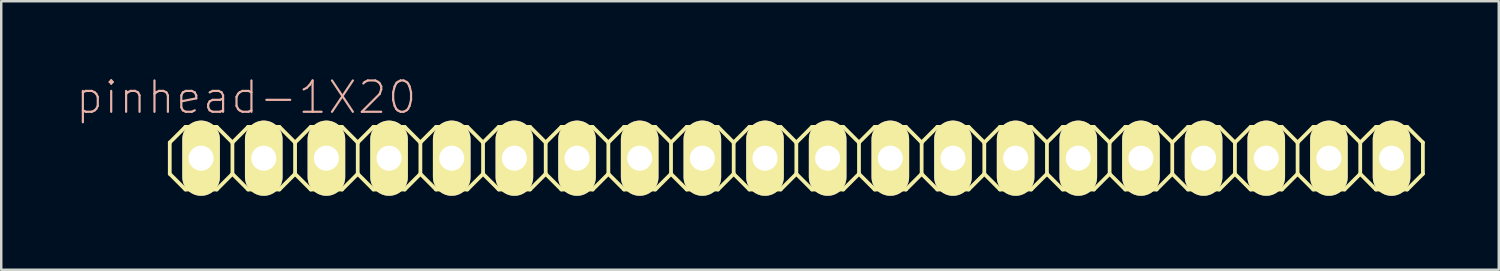
<source format=kicad_pcb>
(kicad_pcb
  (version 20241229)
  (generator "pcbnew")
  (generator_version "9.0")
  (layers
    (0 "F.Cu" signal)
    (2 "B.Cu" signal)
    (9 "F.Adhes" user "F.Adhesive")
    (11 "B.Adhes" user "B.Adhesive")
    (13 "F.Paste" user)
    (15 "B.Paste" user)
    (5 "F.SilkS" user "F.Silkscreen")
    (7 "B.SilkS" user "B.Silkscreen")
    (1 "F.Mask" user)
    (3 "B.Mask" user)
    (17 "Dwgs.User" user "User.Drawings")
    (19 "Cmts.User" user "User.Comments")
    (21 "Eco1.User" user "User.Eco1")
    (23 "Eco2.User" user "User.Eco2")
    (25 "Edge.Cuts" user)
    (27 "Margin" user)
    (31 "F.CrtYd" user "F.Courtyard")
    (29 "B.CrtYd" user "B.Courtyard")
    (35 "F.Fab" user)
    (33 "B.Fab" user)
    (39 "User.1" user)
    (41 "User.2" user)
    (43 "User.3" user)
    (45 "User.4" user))
  (footprint "pinhead-1X20"
    (layer "F.Cu")
    (at 29.232 3.363)
    (property "Reference" "pinhead-1X20" (at -22.301 -2.464 0) (layer "B.SilkS") (effects (font (size 1.27 1.27) (thickness 0.089))))
    (attr exclude_from_pos_files exclude_from_bom)
    (fp_line (start -25.4 -0.635) (end -25.4 0.635) (stroke (width 0.152) (type solid)) (layer "F.SilkS"))
    (fp_line (start -25.4 0.635) (end -24.765 1.27) (stroke (width 0.152) (type solid)) (layer "F.SilkS"))
    (fp_line (start -24.765 -1.27) (end -25.4 -0.635) (stroke (width 0.152) (type solid)) (layer "F.SilkS"))
    (fp_line (start -24.765 -1.27) (end -23.495 -1.27) (stroke (width 0.152) (type solid)) (layer "F.SilkS"))
    (fp_line (start -24.384 -0.254) (end -23.876 -0.254) (stroke (width 0.066) (type solid)) (layer "F.SilkS"))
    (fp_line (start -24.384 0.254) (end -24.384 -0.254) (stroke (width 0.066) (type solid)) (layer "F.SilkS"))
    (fp_line (start -24.384 0.254) (end -23.876 0.254) (stroke (width 0.066) (type solid)) (layer "F.SilkS"))
    (fp_line (start -23.876 0.254) (end -23.876 -0.254) (stroke (width 0.066) (type solid)) (layer "F.SilkS"))
    (fp_line (start -23.495 -1.27) (end -22.86 -0.635) (stroke (width 0.152) (type solid)) (layer "F.SilkS"))
    (fp_line (start -23.495 1.27) (end -24.765 1.27) (stroke (width 0.152) (type solid)) (layer "F.SilkS"))
    (fp_line (start -22.86 -0.635) (end -22.86 0.635) (stroke (width 0.152) (type solid)) (layer "F.SilkS"))
    (fp_line (start -22.86 -0.635) (end -22.225 -1.27) (stroke (width 0.152) (type solid)) (layer "F.SilkS"))
    (fp_line (start -22.86 0.635) (end -23.495 1.27) (stroke (width 0.152) (type solid)) (layer "F.SilkS"))
    (fp_line (start -22.225 -1.27) (end -20.955 -1.27) (stroke (width 0.152) (type solid)) (layer "F.SilkS"))
    (fp_line (start -22.225 1.27) (end -22.86 0.635) (stroke (width 0.152) (type solid)) (layer "F.SilkS"))
    (fp_line (start -21.844 -0.254) (end -21.336 -0.254) (stroke (width 0.066) (type solid)) (layer "F.SilkS"))
    (fp_line (start -21.844 0.254) (end -21.844 -0.254) (stroke (width 0.066) (type solid)) (layer "F.SilkS"))
    (fp_line (start -21.844 0.254) (end -21.336 0.254) (stroke (width 0.066) (type solid)) (layer "F.SilkS"))
    (fp_line (start -21.336 0.254) (end -21.336 -0.254) (stroke (width 0.066) (type solid)) (layer "F.SilkS"))
    (fp_line (start -20.955 -1.27) (end -20.32 -0.635) (stroke (width 0.152) (type solid)) (layer "F.SilkS"))
    (fp_line (start -20.955 1.27) (end -22.225 1.27) (stroke (width 0.152) (type solid)) (layer "F.SilkS"))
    (fp_line (start -20.32 -0.635) (end -20.32 0.635) (stroke (width 0.152) (type solid)) (layer "F.SilkS"))
    (fp_line (start -20.32 -0.635) (end -19.685 -1.27) (stroke (width 0.152) (type solid)) (layer "F.SilkS"))
    (fp_line (start -20.32 0.635) (end -20.955 1.27) (stroke (width 0.152) (type solid)) (layer "F.SilkS"))
    (fp_line (start -19.685 -1.27) (end -18.415 -1.27) (stroke (width 0.152) (type solid)) (layer "F.SilkS"))
    (fp_line (start -19.685 1.27) (end -20.32 0.635) (stroke (width 0.152) (type solid)) (layer "F.SilkS"))
    (fp_line (start -19.304 -0.254) (end -18.796 -0.254) (stroke (width 0.066) (type solid)) (layer "F.SilkS"))
    (fp_line (start -19.304 0.254) (end -19.304 -0.254) (stroke (width 0.066) (type solid)) (layer "F.SilkS"))
    (fp_line (start -19.304 0.254) (end -18.796 0.254) (stroke (width 0.066) (type solid)) (layer "F.SilkS"))
    (fp_line (start -18.796 0.254) (end -18.796 -0.254) (stroke (width 0.066) (type solid)) (layer "F.SilkS"))
    (fp_line (start -18.415 -1.27) (end -17.78 -0.635) (stroke (width 0.152) (type solid)) (layer "F.SilkS"))
    (fp_line (start -18.415 1.27) (end -19.685 1.27) (stroke (width 0.152) (type solid)) (layer "F.SilkS"))
    (fp_line (start -17.78 -0.635) (end -17.78 0.635) (stroke (width 0.152) (type solid)) (layer "F.SilkS"))
    (fp_line (start -17.78 0.635) (end -18.415 1.27) (stroke (width 0.152) (type solid)) (layer "F.SilkS"))
    (fp_line (start -17.78 0.635) (end -17.145 1.27) (stroke (width 0.152) (type solid)) (layer "F.SilkS"))
    (fp_line (start -17.145 -1.27) (end -17.78 -0.635) (stroke (width 0.152) (type solid)) (layer "F.SilkS"))
    (fp_line (start -17.145 -1.27) (end -15.875 -1.27) (stroke (width 0.152) (type solid)) (layer "F.SilkS"))
    (fp_line (start -16.764 -0.254) (end -16.256 -0.254) (stroke (width 0.066) (type solid)) (layer "F.SilkS"))
    (fp_line (start -16.764 0.254) (end -16.764 -0.254) (stroke (width 0.066) (type solid)) (layer "F.SilkS"))
    (fp_line (start -16.764 0.254) (end -16.256 0.254) (stroke (width 0.066) (type solid)) (layer "F.SilkS"))
    (fp_line (start -16.256 0.254) (end -16.256 -0.254) (stroke (width 0.066) (type solid)) (layer "F.SilkS"))
    (fp_line (start -15.875 -1.27) (end -15.24 -0.635) (stroke (width 0.152) (type solid)) (layer "F.SilkS"))
    (fp_line (start -15.875 1.27) (end -17.145 1.27) (stroke (width 0.152) (type solid)) (layer "F.SilkS"))
    (fp_line (start -15.24 -0.635) (end -15.24 0.635) (stroke (width 0.152) (type solid)) (layer "F.SilkS"))
    (fp_line (start -15.24 -0.635) (end -14.605 -1.27) (stroke (width 0.152) (type solid)) (layer "F.SilkS"))
    (fp_line (start -15.24 0.635) (end -15.875 1.27) (stroke (width 0.152) (type solid)) (layer "F.SilkS"))
    (fp_line (start -14.605 -1.27) (end -13.335 -1.27) (stroke (width 0.152) (type solid)) (layer "F.SilkS"))
    (fp_line (start -14.605 1.27) (end -15.24 0.635) (stroke (width 0.152) (type solid)) (layer "F.SilkS"))
    (fp_line (start -14.224 -0.254) (end -13.716 -0.254) (stroke (width 0.066) (type solid)) (layer "F.SilkS"))
    (fp_line (start -14.224 0.254) (end -14.224 -0.254) (stroke (width 0.066) (type solid)) (layer "F.SilkS"))
    (fp_line (start -14.224 0.254) (end -13.716 0.254) (stroke (width 0.066) (type solid)) (layer "F.SilkS"))
    (fp_line (start -13.716 0.254) (end -13.716 -0.254) (stroke (width 0.066) (type solid)) (layer "F.SilkS"))
    (fp_line (start -13.335 -1.27) (end -12.7 -0.635) (stroke (width 0.152) (type solid)) (layer "F.SilkS"))
    (fp_line (start -13.335 1.27) (end -14.605 1.27) (stroke (width 0.152) (type solid)) (layer "F.SilkS"))
    (fp_line (start -12.7 -0.635) (end -12.7 0.635) (stroke (width 0.152) (type solid)) (layer "F.SilkS"))
    (fp_line (start -12.7 -0.635) (end -12.065 -1.27) (stroke (width 0.152) (type solid)) (layer "F.SilkS"))
    (fp_line (start -12.7 0.635) (end -13.335 1.27) (stroke (width 0.152) (type solid)) (layer "F.SilkS"))
    (fp_line (start -12.065 -1.27) (end -10.795 -1.27) (stroke (width 0.152) (type solid)) (layer "F.SilkS"))
    (fp_line (start -12.065 1.27) (end -12.7 0.635) (stroke (width 0.152) (type solid)) (layer "F.SilkS"))
    (fp_line (start -11.684 -0.254) (end -11.176 -0.254) (stroke (width 0.066) (type solid)) (layer "F.SilkS"))
    (fp_line (start -11.684 0.254) (end -11.684 -0.254) (stroke (width 0.066) (type solid)) (layer "F.SilkS"))
    (fp_line (start -11.684 0.254) (end -11.176 0.254) (stroke (width 0.066) (type solid)) (layer "F.SilkS"))
    (fp_line (start -11.176 0.254) (end -11.176 -0.254) (stroke (width 0.066) (type solid)) (layer "F.SilkS"))
    (fp_line (start -10.795 -1.27) (end -10.16 -0.635) (stroke (width 0.152) (type solid)) (layer "F.SilkS"))
    (fp_line (start -10.795 1.27) (end -12.065 1.27) (stroke (width 0.152) (type solid)) (layer "F.SilkS"))
    (fp_line (start -10.16 -0.635) (end -10.16 0.635) (stroke (width 0.152) (type solid)) (layer "F.SilkS"))
    (fp_line (start -10.16 0.635) (end -10.795 1.27) (stroke (width 0.152) (type solid)) (layer "F.SilkS"))
    (fp_line (start -10.16 0.635) (end -9.525 1.27) (stroke (width 0.152) (type solid)) (layer "F.SilkS"))
    (fp_line (start -9.525 -1.27) (end -10.16 -0.635) (stroke (width 0.152) (type solid)) (layer "F.SilkS"))
    (fp_line (start -9.525 -1.27) (end -8.255 -1.27) (stroke (width 0.152) (type solid)) (layer "F.SilkS"))
    (fp_line (start -9.144 -0.254) (end -8.636 -0.254) (stroke (width 0.066) (type solid)) (layer "F.SilkS"))
    (fp_line (start -9.144 0.254) (end -9.144 -0.254) (stroke (width 0.066) (type solid)) (layer "F.SilkS"))
    (fp_line (start -9.144 0.254) (end -8.636 0.254) (stroke (width 0.066) (type solid)) (layer "F.SilkS"))
    (fp_line (start -8.636 0.254) (end -8.636 -0.254) (stroke (width 0.066) (type solid)) (layer "F.SilkS"))
    (fp_line (start -8.255 -1.27) (end -7.62 -0.635) (stroke (width 0.152) (type solid)) (layer "F.SilkS"))
    (fp_line (start -8.255 1.27) (end -9.525 1.27) (stroke (width 0.152) (type solid)) (layer "F.SilkS"))
    (fp_line (start -7.62 -0.635) (end -7.62 0.635) (stroke (width 0.152) (type solid)) (layer "F.SilkS"))
    (fp_line (start -7.62 -0.635) (end -6.985 -1.27) (stroke (width 0.152) (type solid)) (layer "F.SilkS"))
    (fp_line (start -7.62 0.635) (end -8.255 1.27) (stroke (width 0.152) (type solid)) (layer "F.SilkS"))
    (fp_line (start -6.985 -1.27) (end -5.715 -1.27) (stroke (width 0.152) (type solid)) (layer "F.SilkS"))
    (fp_line (start -6.985 1.27) (end -7.62 0.635) (stroke (width 0.152) (type solid)) (layer "F.SilkS"))
    (fp_line (start -6.604 -0.254) (end -6.096 -0.254) (stroke (width 0.066) (type solid)) (layer "F.SilkS"))
    (fp_line (start -6.604 0.254) (end -6.604 -0.254) (stroke (width 0.066) (type solid)) (layer "F.SilkS"))
    (fp_line (start -6.604 0.254) (end -6.096 0.254) (stroke (width 0.066) (type solid)) (layer "F.SilkS"))
    (fp_line (start -6.096 0.254) (end -6.096 -0.254) (stroke (width 0.066) (type solid)) (layer "F.SilkS"))
    (fp_line (start -5.715 -1.27) (end -5.08 -0.635) (stroke (width 0.152) (type solid)) (layer "F.SilkS"))
    (fp_line (start -5.715 1.27) (end -6.985 1.27) (stroke (width 0.152) (type solid)) (layer "F.SilkS"))
    (fp_line (start -5.08 -0.635) (end -5.08 0.635) (stroke (width 0.152) (type solid)) (layer "F.SilkS"))
    (fp_line (start -5.08 -0.635) (end -4.445 -1.27) (stroke (width 0.152) (type solid)) (layer "F.SilkS"))
    (fp_line (start -5.08 0.635) (end -5.715 1.27) (stroke (width 0.152) (type solid)) (layer "F.SilkS"))
    (fp_line (start -4.445 -1.27) (end -3.175 -1.27) (stroke (width 0.152) (type solid)) (layer "F.SilkS"))
    (fp_line (start -4.445 1.27) (end -5.08 0.635) (stroke (width 0.152) (type solid)) (layer "F.SilkS"))
    (fp_line (start -4.064 -0.254) (end -3.556 -0.254) (stroke (width 0.066) (type solid)) (layer "F.SilkS"))
    (fp_line (start -4.064 0.254) (end -4.064 -0.254) (stroke (width 0.066) (type solid)) (layer "F.SilkS"))
    (fp_line (start -4.064 0.254) (end -3.556 0.254) (stroke (width 0.066) (type solid)) (layer "F.SilkS"))
    (fp_line (start -3.556 0.254) (end -3.556 -0.254) (stroke (width 0.066) (type solid)) (layer "F.SilkS"))
    (fp_line (start -3.175 -1.27) (end -2.54 -0.635) (stroke (width 0.152) (type solid)) (layer "F.SilkS"))
    (fp_line (start -3.175 1.27) (end -4.445 1.27) (stroke (width 0.152) (type solid)) (layer "F.SilkS"))
    (fp_line (start -2.54 -0.635) (end -2.54 0.635) (stroke (width 0.152) (type solid)) (layer "F.SilkS"))
    (fp_line (start -2.54 0.635) (end -3.175 1.27) (stroke (width 0.152) (type solid)) (layer "F.SilkS"))
    (fp_line (start -2.54 0.635) (end -1.905 1.27) (stroke (width 0.152) (type solid)) (layer "F.SilkS"))
    (fp_line (start -1.905 -1.27) (end -2.54 -0.635) (stroke (width 0.152) (type solid)) (layer "F.SilkS"))
    (fp_line (start -1.905 -1.27) (end -0.635 -1.27) (stroke (width 0.152) (type solid)) (layer "F.SilkS"))
    (fp_line (start -1.524 -0.254) (end -1.016 -0.254) (stroke (width 0.066) (type solid)) (layer "F.SilkS"))
    (fp_line (start -1.524 0.254) (end -1.524 -0.254) (stroke (width 0.066) (type solid)) (layer "F.SilkS"))
    (fp_line (start -1.524 0.254) (end -1.016 0.254) (stroke (width 0.066) (type solid)) (layer "F.SilkS"))
    (fp_line (start -1.016 0.254) (end -1.016 -0.254) (stroke (width 0.066) (type solid)) (layer "F.SilkS"))
    (fp_line (start -0.635 -1.27) (end 0 -0.635) (stroke (width 0.152) (type solid)) (layer "F.SilkS"))
    (fp_line (start -0.635 1.27) (end -1.905 1.27) (stroke (width 0.152) (type solid)) (layer "F.SilkS"))
    (fp_line (start 0 -0.635) (end 0 0.635) (stroke (width 0.152) (type solid)) (layer "F.SilkS"))
    (fp_line (start 0 -0.635) (end 0.635 -1.27) (stroke (width 0.152) (type solid)) (layer "F.SilkS"))
    (fp_line (start 0 0.635) (end -0.635 1.27) (stroke (width 0.152) (type solid)) (layer "F.SilkS"))
    (fp_line (start 0.635 -1.27) (end 1.905 -1.27) (stroke (width 0.152) (type solid)) (layer "F.SilkS"))
    (fp_line (start 0.635 1.27) (end 0 0.635) (stroke (width 0.152) (type solid)) (layer "F.SilkS"))
    (fp_line (start 1.016 -0.254) (end 1.524 -0.254) (stroke (width 0.066) (type solid)) (layer "F.SilkS"))
    (fp_line (start 1.016 0.254) (end 1.016 -0.254) (stroke (width 0.066) (type solid)) (layer "F.SilkS"))
    (fp_line (start 1.016 0.254) (end 1.524 0.254) (stroke (width 0.066) (type solid)) (layer "F.SilkS"))
    (fp_line (start 1.524 0.254) (end 1.524 -0.254) (stroke (width 0.066) (type solid)) (layer "F.SilkS"))
    (fp_line (start 1.905 -1.27) (end 2.54 -0.635) (stroke (width 0.152) (type solid)) (layer "F.SilkS"))
    (fp_line (start 1.905 1.27) (end 0.635 1.27) (stroke (width 0.152) (type solid)) (layer "F.SilkS"))
    (fp_line (start 2.54 -0.635) (end 2.54 0.635) (stroke (width 0.152) (type solid)) (layer "F.SilkS"))
    (fp_line (start 2.54 -0.635) (end 3.175 -1.27) (stroke (width 0.152) (type solid)) (layer "F.SilkS"))
    (fp_line (start 2.54 0.635) (end 1.905 1.27) (stroke (width 0.152) (type solid)) (layer "F.SilkS"))
    (fp_line (start 3.175 -1.27) (end 4.445 -1.27) (stroke (width 0.152) (type solid)) (layer "F.SilkS"))
    (fp_line (start 3.175 1.27) (end 2.54 0.635) (stroke (width 0.152) (type solid)) (layer "F.SilkS"))
    (fp_line (start 3.556 -0.254) (end 4.064 -0.254) (stroke (width 0.066) (type solid)) (layer "F.SilkS"))
    (fp_line (start 3.556 0.254) (end 3.556 -0.254) (stroke (width 0.066) (type solid)) (layer "F.SilkS"))
    (fp_line (start 3.556 0.254) (end 4.064 0.254) (stroke (width 0.066) (type solid)) (layer "F.SilkS"))
    (fp_line (start 4.064 0.254) (end 4.064 -0.254) (stroke (width 0.066) (type solid)) (layer "F.SilkS"))
    (fp_line (start 4.445 -1.27) (end 5.08 -0.635) (stroke (width 0.152) (type solid)) (layer "F.SilkS"))
    (fp_line (start 4.445 1.27) (end 3.175 1.27) (stroke (width 0.152) (type solid)) (layer "F.SilkS"))
    (fp_line (start 5.08 -0.635) (end 5.08 0.635) (stroke (width 0.152) (type solid)) (layer "F.SilkS"))
    (fp_line (start 5.08 0.635) (end 4.445 1.27) (stroke (width 0.152) (type solid)) (layer "F.SilkS"))
    (fp_line (start 5.08 0.635) (end 5.715 1.27) (stroke (width 0.152) (type solid)) (layer "F.SilkS"))
    (fp_line (start 5.715 -1.27) (end 5.08 -0.635) (stroke (width 0.152) (type solid)) (layer "F.SilkS"))
    (fp_line (start 5.715 -1.27) (end 6.985 -1.27) (stroke (width 0.152) (type solid)) (layer "F.SilkS"))
    (fp_line (start 6.096 -0.254) (end 6.604 -0.254) (stroke (width 0.066) (type solid)) (layer "F.SilkS"))
    (fp_line (start 6.096 0.254) (end 6.096 -0.254) (stroke (width 0.066) (type solid)) (layer "F.SilkS"))
    (fp_line (start 6.096 0.254) (end 6.604 0.254) (stroke (width 0.066) (type solid)) (layer "F.SilkS"))
    (fp_line (start 6.604 0.254) (end 6.604 -0.254) (stroke (width 0.066) (type solid)) (layer "F.SilkS"))
    (fp_line (start 6.985 -1.27) (end 7.62 -0.635) (stroke (width 0.152) (type solid)) (layer "F.SilkS"))
    (fp_line (start 6.985 1.27) (end 5.715 1.27) (stroke (width 0.152) (type solid)) (layer "F.SilkS"))
    (fp_line (start 7.62 -0.635) (end 7.62 0.635) (stroke (width 0.152) (type solid)) (layer "F.SilkS"))
    (fp_line (start 7.62 -0.635) (end 8.255 -1.27) (stroke (width 0.152) (type solid)) (layer "F.SilkS"))
    (fp_line (start 7.62 0.635) (end 6.985 1.27) (stroke (width 0.152) (type solid)) (layer "F.SilkS"))
    (fp_line (start 8.255 -1.27) (end 9.525 -1.27) (stroke (width 0.152) (type solid)) (layer "F.SilkS"))
    (fp_line (start 8.255 1.27) (end 7.62 0.635) (stroke (width 0.152) (type solid)) (layer "F.SilkS"))
    (fp_line (start 8.636 -0.254) (end 9.144 -0.254) (stroke (width 0.066) (type solid)) (layer "F.SilkS"))
    (fp_line (start 8.636 0.254) (end 8.636 -0.254) (stroke (width 0.066) (type solid)) (layer "F.SilkS"))
    (fp_line (start 8.636 0.254) (end 9.144 0.254) (stroke (width 0.066) (type solid)) (layer "F.SilkS"))
    (fp_line (start 9.144 0.254) (end 9.144 -0.254) (stroke (width 0.066) (type solid)) (layer "F.SilkS"))
    (fp_line (start 9.525 -1.27) (end 10.16 -0.635) (stroke (width 0.152) (type solid)) (layer "F.SilkS"))
    (fp_line (start 9.525 1.27) (end 8.255 1.27) (stroke (width 0.152) (type solid)) (layer "F.SilkS"))
    (fp_line (start 10.16 -0.635) (end 10.16 0.635) (stroke (width 0.152) (type solid)) (layer "F.SilkS"))
    (fp_line (start 10.16 -0.635) (end 10.795 -1.27) (stroke (width 0.152) (type solid)) (layer "F.SilkS"))
    (fp_line (start 10.16 0.635) (end 9.525 1.27) (stroke (width 0.152) (type solid)) (layer "F.SilkS"))
    (fp_line (start 10.795 -1.27) (end 12.065 -1.27) (stroke (width 0.152) (type solid)) (layer "F.SilkS"))
    (fp_line (start 10.795 1.27) (end 10.16 0.635) (stroke (width 0.152) (type solid)) (layer "F.SilkS"))
    (fp_line (start 11.176 -0.254) (end 11.684 -0.254) (stroke (width 0.066) (type solid)) (layer "F.SilkS"))
    (fp_line (start 11.176 0.254) (end 11.176 -0.254) (stroke (width 0.066) (type solid)) (layer "F.SilkS"))
    (fp_line (start 11.176 0.254) (end 11.684 0.254) (stroke (width 0.066) (type solid)) (layer "F.SilkS"))
    (fp_line (start 11.684 0.254) (end 11.684 -0.254) (stroke (width 0.066) (type solid)) (layer "F.SilkS"))
    (fp_line (start 12.065 -1.27) (end 12.7 -0.635) (stroke (width 0.152) (type solid)) (layer "F.SilkS"))
    (fp_line (start 12.065 1.27) (end 10.795 1.27) (stroke (width 0.152) (type solid)) (layer "F.SilkS"))
    (fp_line (start 12.7 -0.635) (end 12.7 0.635) (stroke (width 0.152) (type solid)) (layer "F.SilkS"))
    (fp_line (start 12.7 0.635) (end 12.065 1.27) (stroke (width 0.152) (type solid)) (layer "F.SilkS"))
    (fp_line (start 12.7 0.635) (end 13.335 1.27) (stroke (width 0.152) (type solid)) (layer "F.SilkS"))
    (fp_line (start 13.335 -1.27) (end 12.7 -0.635) (stroke (width 0.152) (type solid)) (layer "F.SilkS"))
    (fp_line (start 13.335 -1.27) (end 14.605 -1.27) (stroke (width 0.152) (type solid)) (layer "F.SilkS"))
    (fp_line (start 13.716 -0.254) (end 14.224 -0.254) (stroke (width 0.066) (type solid)) (layer "F.SilkS"))
    (fp_line (start 13.716 0.254) (end 13.716 -0.254) (stroke (width 0.066) (type solid)) (layer "F.SilkS"))
    (fp_line (start 13.716 0.254) (end 14.224 0.254) (stroke (width 0.066) (type solid)) (layer "F.SilkS"))
    (fp_line (start 14.224 0.254) (end 14.224 -0.254) (stroke (width 0.066) (type solid)) (layer "F.SilkS"))
    (fp_line (start 14.605 -1.27) (end 15.24 -0.635) (stroke (width 0.152) (type solid)) (layer "F.SilkS"))
    (fp_line (start 14.605 1.27) (end 13.335 1.27) (stroke (width 0.152) (type solid)) (layer "F.SilkS"))
    (fp_line (start 15.24 -0.635) (end 15.24 0.635) (stroke (width 0.152) (type solid)) (layer "F.SilkS"))
    (fp_line (start 15.24 -0.635) (end 15.875 -1.27) (stroke (width 0.152) (type solid)) (layer "F.SilkS"))
    (fp_line (start 15.24 0.635) (end 14.605 1.27) (stroke (width 0.152) (type solid)) (layer "F.SilkS"))
    (fp_line (start 15.875 -1.27) (end 17.145 -1.27) (stroke (width 0.152) (type solid)) (layer "F.SilkS"))
    (fp_line (start 15.875 1.27) (end 15.24 0.635) (stroke (width 0.152) (type solid)) (layer "F.SilkS"))
    (fp_line (start 16.256 -0.254) (end 16.764 -0.254) (stroke (width 0.066) (type solid)) (layer "F.SilkS"))
    (fp_line (start 16.256 0.254) (end 16.256 -0.254) (stroke (width 0.066) (type solid)) (layer "F.SilkS"))
    (fp_line (start 16.256 0.254) (end 16.764 0.254) (stroke (width 0.066) (type solid)) (layer "F.SilkS"))
    (fp_line (start 16.764 0.254) (end 16.764 -0.254) (stroke (width 0.066) (type solid)) (layer "F.SilkS"))
    (fp_line (start 17.145 -1.27) (end 17.78 -0.635) (stroke (width 0.152) (type solid)) (layer "F.SilkS"))
    (fp_line (start 17.145 1.27) (end 15.875 1.27) (stroke (width 0.152) (type solid)) (layer "F.SilkS"))
    (fp_line (start 17.78 -0.635) (end 17.78 0.635) (stroke (width 0.152) (type solid)) (layer "F.SilkS"))
    (fp_line (start 17.78 -0.635) (end 18.415 -1.27) (stroke (width 0.152) (type solid)) (layer "F.SilkS"))
    (fp_line (start 17.78 0.635) (end 17.145 1.27) (stroke (width 0.152) (type solid)) (layer "F.SilkS"))
    (fp_line (start 18.415 -1.27) (end 19.685 -1.27) (stroke (width 0.152) (type solid)) (layer "F.SilkS"))
    (fp_line (start 18.415 1.27) (end 17.78 0.635) (stroke (width 0.152) (type solid)) (layer "F.SilkS"))
    (fp_line (start 18.796 -0.254) (end 19.304 -0.254) (stroke (width 0.066) (type solid)) (layer "F.SilkS"))
    (fp_line (start 18.796 0.254) (end 18.796 -0.254) (stroke (width 0.066) (type solid)) (layer "F.SilkS"))
    (fp_line (start 18.796 0.254) (end 19.304 0.254) (stroke (width 0.066) (type solid)) (layer "F.SilkS"))
    (fp_line (start 19.304 0.254) (end 19.304 -0.254) (stroke (width 0.066) (type solid)) (layer "F.SilkS"))
    (fp_line (start 19.685 -1.27) (end 20.32 -0.635) (stroke (width 0.152) (type solid)) (layer "F.SilkS"))
    (fp_line (start 19.685 1.27) (end 18.415 1.27) (stroke (width 0.152) (type solid)) (layer "F.SilkS"))
    (fp_line (start 20.32 -0.635) (end 20.32 0.635) (stroke (width 0.152) (type solid)) (layer "F.SilkS"))
    (fp_line (start 20.32 0.635) (end 19.685 1.27) (stroke (width 0.152) (type solid)) (layer "F.SilkS"))
    (fp_line (start 20.32 0.635) (end 20.955 1.27) (stroke (width 0.152) (type solid)) (layer "F.SilkS"))
    (fp_line (start 20.955 -1.27) (end 20.32 -0.635) (stroke (width 0.152) (type solid)) (layer "F.SilkS"))
    (fp_line (start 20.955 -1.27) (end 22.225 -1.27) (stroke (width 0.152) (type solid)) (layer "F.SilkS"))
    (fp_line (start 21.336 -0.254) (end 21.844 -0.254) (stroke (width 0.066) (type solid)) (layer "F.SilkS"))
    (fp_line (start 21.336 0.254) (end 21.336 -0.254) (stroke (width 0.066) (type solid)) (layer "F.SilkS"))
    (fp_line (start 21.336 0.254) (end 21.844 0.254) (stroke (width 0.066) (type solid)) (layer "F.SilkS"))
    (fp_line (start 21.844 0.254) (end 21.844 -0.254) (stroke (width 0.066) (type solid)) (layer "F.SilkS"))
    (fp_line (start 22.225 -1.27) (end 22.86 -0.635) (stroke (width 0.152) (type solid)) (layer "F.SilkS"))
    (fp_line (start 22.225 1.27) (end 20.955 1.27) (stroke (width 0.152) (type solid)) (layer "F.SilkS"))
    (fp_line (start 22.86 -0.635) (end 22.86 0.635) (stroke (width 0.152) (type solid)) (layer "F.SilkS"))
    (fp_line (start 22.86 0.635) (end 22.225 1.27) (stroke (width 0.152) (type solid)) (layer "F.SilkS"))
    (fp_line (start 22.86 0.635) (end 23.495 1.27) (stroke (width 0.152) (type solid)) (layer "F.SilkS"))
    (fp_line (start 23.495 -1.27) (end 22.86 -0.635) (stroke (width 0.152) (type solid)) (layer "F.SilkS"))
    (fp_line (start 23.495 -1.27) (end 24.765 -1.27) (stroke (width 0.152) (type solid)) (layer "F.SilkS"))
    (fp_line (start 23.876 -0.254) (end 24.384 -0.254) (stroke (width 0.066) (type solid)) (layer "F.SilkS"))
    (fp_line (start 23.876 0.254) (end 23.876 -0.254) (stroke (width 0.066) (type solid)) (layer "F.SilkS"))
    (fp_line (start 23.876 0.254) (end 24.384 0.254) (stroke (width 0.066) (type solid)) (layer "F.SilkS"))
    (fp_line (start 24.384 0.254) (end 24.384 -0.254) (stroke (width 0.066) (type solid)) (layer "F.SilkS"))
    (fp_line (start 24.765 -1.27) (end 25.4 -0.635) (stroke (width 0.152) (type solid)) (layer "F.SilkS"))
    (fp_line (start 24.765 1.27) (end 23.495 1.27) (stroke (width 0.152) (type solid)) (layer "F.SilkS"))
    (fp_line (start 25.4 -0.635) (end 25.4 0.635) (stroke (width 0.152) (type solid)) (layer "F.SilkS"))
    (fp_line (start 25.4 0.635) (end 24.765 1.27) (stroke (width 0.152) (type solid)) (layer "F.SilkS"))
    (pad "1" thru_hole oval (at -24.13 0) (size 1.524 3.048) (drill 1.016) (layers "*.Cu" "F.Mask" "F.SilkS" "F.Paste"))
    (pad "2" thru_hole oval (at -21.59 0) (size 1.524 3.048) (drill 1.016) (layers "*.Cu" "F.Mask" "F.SilkS" "F.Paste"))
    (pad "3" thru_hole oval (at -19.05 0) (size 1.524 3.048) (drill 1.016) (layers "*.Cu" "F.Mask" "F.SilkS" "F.Paste"))
    (pad "4" thru_hole oval (at -16.51 0) (size 1.524 3.048) (drill 1.016) (layers "*.Cu" "F.Mask" "F.SilkS" "F.Paste"))
    (pad "5" thru_hole oval (at -13.97 0) (size 1.524 3.048) (drill 1.016) (layers "*.Cu" "F.Mask" "F.SilkS" "F.Paste"))
    (pad "6" thru_hole oval (at -11.43 0) (size 1.524 3.048) (drill 1.016) (layers "*.Cu" "F.Mask" "F.SilkS" "F.Paste"))
    (pad "7" thru_hole oval (at -8.89 0) (size 1.524 3.048) (drill 1.016) (layers "*.Cu" "F.Mask" "F.SilkS" "F.Paste"))
    (pad "8" thru_hole oval (at -6.35 0) (size 1.524 3.048) (drill 1.016) (layers "*.Cu" "F.Mask" "F.SilkS" "F.Paste"))
    (pad "9" thru_hole oval (at -3.81 0) (size 1.524 3.048) (drill 1.016) (layers "*.Cu" "F.Mask" "F.SilkS" "F.Paste"))
    (pad "10" thru_hole oval (at -1.27 0) (size 1.524 3.048) (drill 1.016) (layers "*.Cu" "F.Mask" "F.SilkS" "F.Paste"))
    (pad "11" thru_hole oval (at 1.27 0) (size 1.524 3.048) (drill 1.016) (layers "*.Cu" "F.Mask" "F.SilkS" "F.Paste"))
    (pad "12" thru_hole oval (at 3.81 0) (size 1.524 3.048) (drill 1.016) (layers "*.Cu" "F.Mask" "F.SilkS" "F.Paste"))
    (pad "13" thru_hole oval (at 6.35 0) (size 1.524 3.048) (drill 1.016) (layers "*.Cu" "F.Mask" "F.SilkS" "F.Paste"))
    (pad "14" thru_hole oval (at 8.89 0) (size 1.524 3.048) (drill 1.016) (layers "*.Cu" "F.Mask" "F.SilkS" "F.Paste"))
    (pad "15" thru_hole oval (at 11.43 0) (size 1.524 3.048) (drill 1.016) (layers "*.Cu" "F.Mask" "F.SilkS" "F.Paste"))
    (pad "16" thru_hole oval (at 13.97 0) (size 1.524 3.048) (drill 1.016) (layers "*.Cu" "F.Mask" "F.SilkS" "F.Paste"))
    (pad "17" thru_hole oval (at 16.51 0) (size 1.524 3.048) (drill 1.016) (layers "*.Cu" "F.Mask" "F.SilkS" "F.Paste"))
    (pad "18" thru_hole oval (at 19.05 0) (size 1.524 3.048) (drill 1.016) (layers "*.Cu" "F.Mask" "F.SilkS" "F.Paste"))
    (pad "19" thru_hole oval (at 21.59 0) (size 1.524 3.048) (drill 1.016) (layers "*.Cu" "F.Mask" "F.SilkS" "F.Paste"))
    (pad "20" thru_hole oval (at 24.13 0) (size 1.524 3.048) (drill 1.016) (layers "*.Cu" "F.Mask" "F.SilkS" "F.Paste")))
  (gr_rect
    (start -3 -3)
    (end 57.708 7.887)
    (stroke (width 0.1) (type default))
    (fill no)
    (layer "Edge.Cuts")))
</source>
